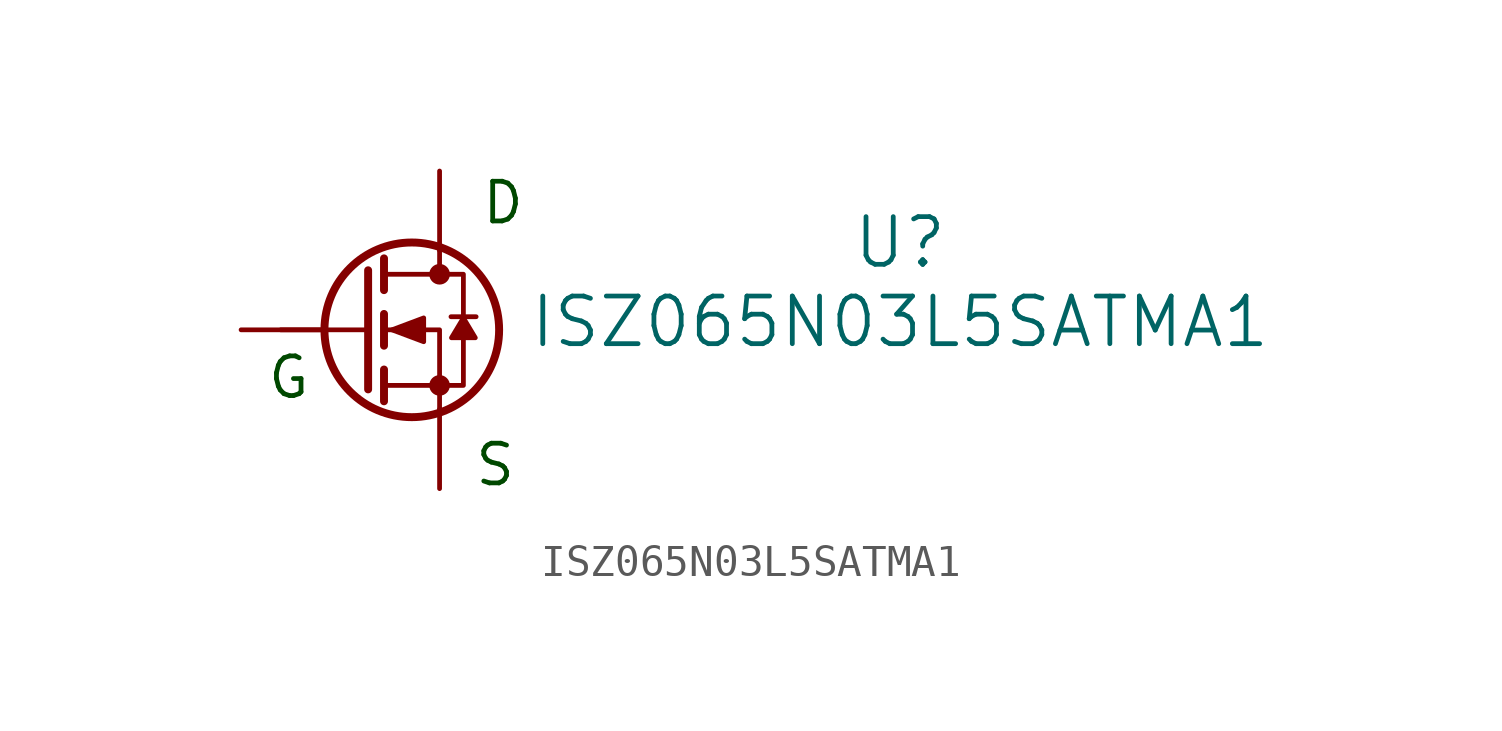
<source format=kicad_sym>
(kicad_symbol_lib
  (version 20231120)
  (generator "kicad_symbol_editor")
  (generator_version "8.0")
  (symbol "ISZ065N03L5SATMA1"
    (pin_numbers hide)
    (pin_names
      (offset 0.254) hide)
    (property "Reference" "U"
      (at 21.082 2.794 0)
      (effects (font (size 1.524 1.524))))
    (property "Value" "ISZ065N03L5SATMA1"
      (at 21.082 0.254 0)
      (effects (font (size 1.524 1.524))))
    (symbol "ISZ065N03L5SATMA1_0_1"
      (polyline (pts (xy 4.064 0) (xy 1.27 0)) (stroke (width 0) (type default)) (fill (type none)))
      (polyline (pts (xy 4.064 1.905) (xy 4.064 -1.905)) (stroke (width 0.254) (type default)) (fill (type none)))
      (polyline (pts (xy 4.572 -1.27) (xy 4.572 -2.286)) (stroke (width 0.254) (type default)) (fill (type none)))
      (polyline (pts (xy 4.572 0.508) (xy 4.572 -0.508)) (stroke (width 0.254) (type default)) (fill (type none)))
      (polyline (pts (xy 4.572 2.286) (xy 4.572 1.27)) (stroke (width 0.254) (type default)) (fill (type none)))
      (polyline (pts (xy 6.35 2.54) (xy 6.35 1.778)) (stroke (width 0) (type default)) (fill (type none)))
      (polyline (pts (xy 6.35 -2.54) (xy 6.35 0) (xy 4.572 0)) (stroke (width 0) (type default)) (fill (type none)))
      (polyline (pts (xy 4.572 -1.778) (xy 7.112 -1.778) (xy 7.112 1.778) (xy 4.572 1.778)) (stroke (width 0) (type default)) (fill (type none)))
      (polyline (pts (xy 4.826 0) (xy 5.842 0.381) (xy 5.842 -0.381) (xy 4.826 0)) (stroke (width 0) (type default)) (fill (type outline)))
      (polyline (pts (xy 7.112 0.381) (xy 6.731 -0.254) (xy 7.493 -0.254) (xy 7.112 0.381)) (stroke (width 0) (type default)) (fill (type outline)))
      (circle (center 5.461 0) (radius 2.794) (stroke (width 0.254) (type default)) (fill (type none)))
      (circle (center 6.35 -1.778) (radius 0.254) (stroke (width 0) (type default)) (fill (type outline)))
      (circle (center 6.35 1.778) (radius 0.254) (stroke (width 0) (type default)) (fill (type outline))))
    (symbol "ISZ065N03L5SATMA1_1_1"
      (polyline (pts (xy 6.715 0.419) (xy 7.519 0.419)) (stroke (width 0) (type default)) (fill (type none)))
      (text "D" (at 8.382 4.064 0) (effects (font (size 1.27 1.27) (color 0 72 0 1))))
      (text "G" (at 1.524 -1.524 0) (effects (font (size 1.27 1.27) (color 0 72 0 1))))
      (text "S" (at 8.128 -4.318 0) (effects (font (size 1.27 1.27) (color 0 72 0 1))))
      (pin passive line (at 6.35 -5.08 90) (length 2.54) (name "" (effects (font (size 1.27 1.27)))) (number "1" (effects (font (size 1.27 1.27)))))
      (pin passive line (at 6.35 -5.08 90) (length 2.54) hide (name "" (effects (font (size 1.27 1.27)))) (number "2" (effects (font (size 1.27 1.27)))))
      (pin passive line (at 6.35 -5.08 90) (length 2.54) hide (name "" (effects (font (size 1.27 1.27)))) (number "3" (effects (font (size 1.27 1.27)))))
      (pin passive line (at 0 0 0) (length 2.54) (name "" (effects (font (size 1.27 1.27)))) (number "4" (effects (font (size 1.27 1.27)))))
      (pin passive line (at 6.35 5.08 270) (length 2.54) (name "D" (effects (font (size 1.27 1.27)))) (number "5" (effects (font (size 1.27 1.27)))))
      (pin passive line (at 6.35 5.08 270) (length 2.54) hide (name "D" (effects (font (size 1.27 1.27)))) (number "6" (effects (font (size 1.27 1.27)))))
      (pin passive line (at 6.35 5.08 270) (length 2.54) hide (name "D" (effects (font (size 1.27 1.27)))) (number "7" (effects (font (size 1.27 1.27)))))
      (pin passive line (at 6.35 5.08 270) (length 2.54) hide (name "D" (effects (font (size 1.27 1.27)))) (number "8" (effects (font (size 1.27 1.27))))))))
</source>
